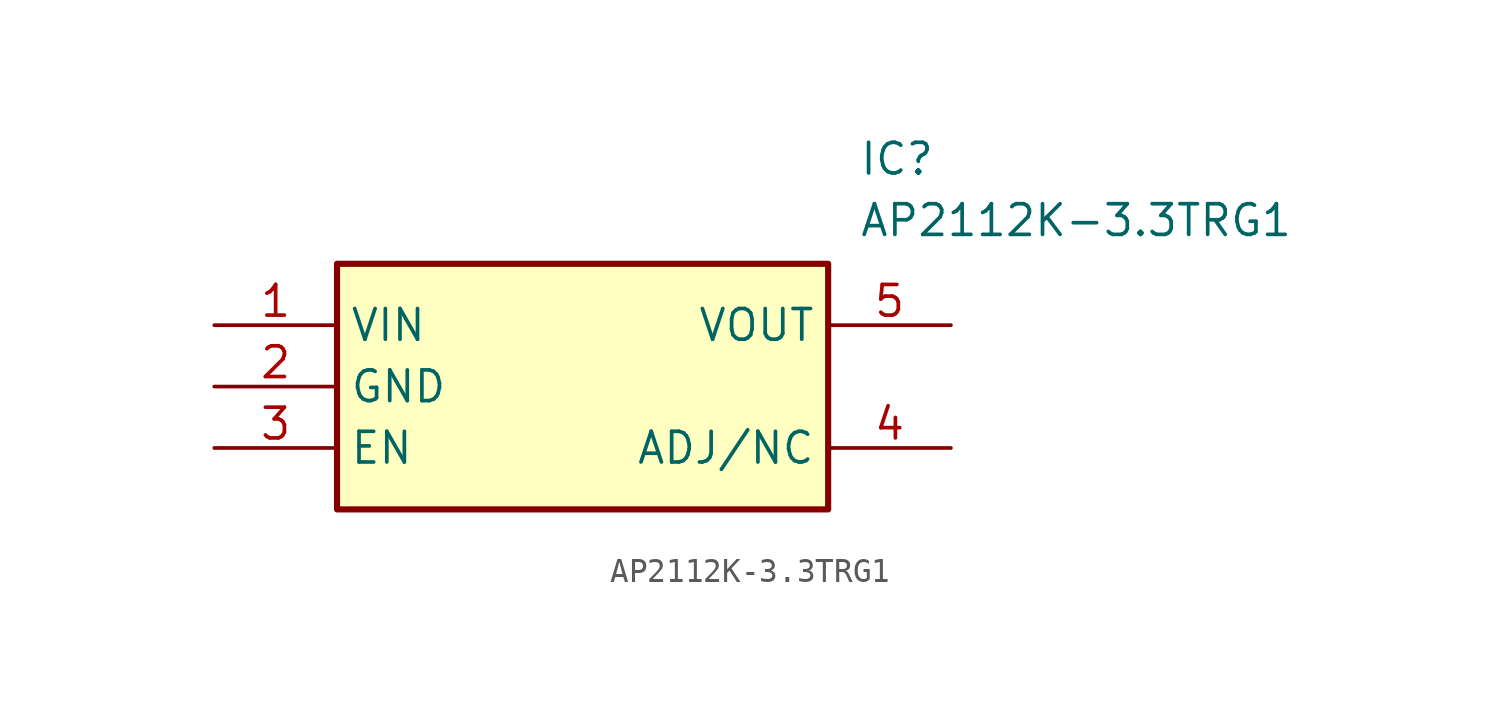
<source format=kicad_sym>
(kicad_symbol_lib
  (version 20211014)
  (generator SamacSys_ECAD_Model)
  (symbol "AP2112K-3.3TRG1"
    (property "Reference" "IC"
      (at 26.67 7.62 0)
      (effects (font (size 1.27 1.27)) (justify left top)))
    (property "Value" "AP2112K-3.3TRG1"
      (at 26.67 5.08 0)
      (effects (font (size 1.27 1.27)) (justify left top)))
    (rectangle
      (start 5.08 2.54)
      (end 25.4 -7.62)
      (stroke (width 0.254) (type default))
      (fill (type background)))
    (pin passive line
      (at 0 0 0)
      (length 5.08)
      (name "VIN" (effects (font (size 1.27 1.27))))
      (number "1" (effects (font (size 1.27 1.27)))))
    (pin passive line
      (at 0 -2.54 0)
      (length 5.08)
      (name "GND" (effects (font (size 1.27 1.27))))
      (number "2" (effects (font (size 1.27 1.27)))))
    (pin passive line
      (at 0 -5.08 0)
      (length 5.08)
      (name "EN" (effects (font (size 1.27 1.27))))
      (number "3" (effects (font (size 1.27 1.27)))))
    (pin passive line
      (at 30.48 -5.08 180)
      (length 5.08)
      (name "ADJ/NC" (effects (font (size 1.27 1.27))))
      (number "4" (effects (font (size 1.27 1.27)))))
    (pin passive line
      (at 30.48 0 180)
      (length 5.08)
      (name "VOUT" (effects (font (size 1.27 1.27))))
      (number "5" (effects (font (size 1.27 1.27)))))))
</source>
